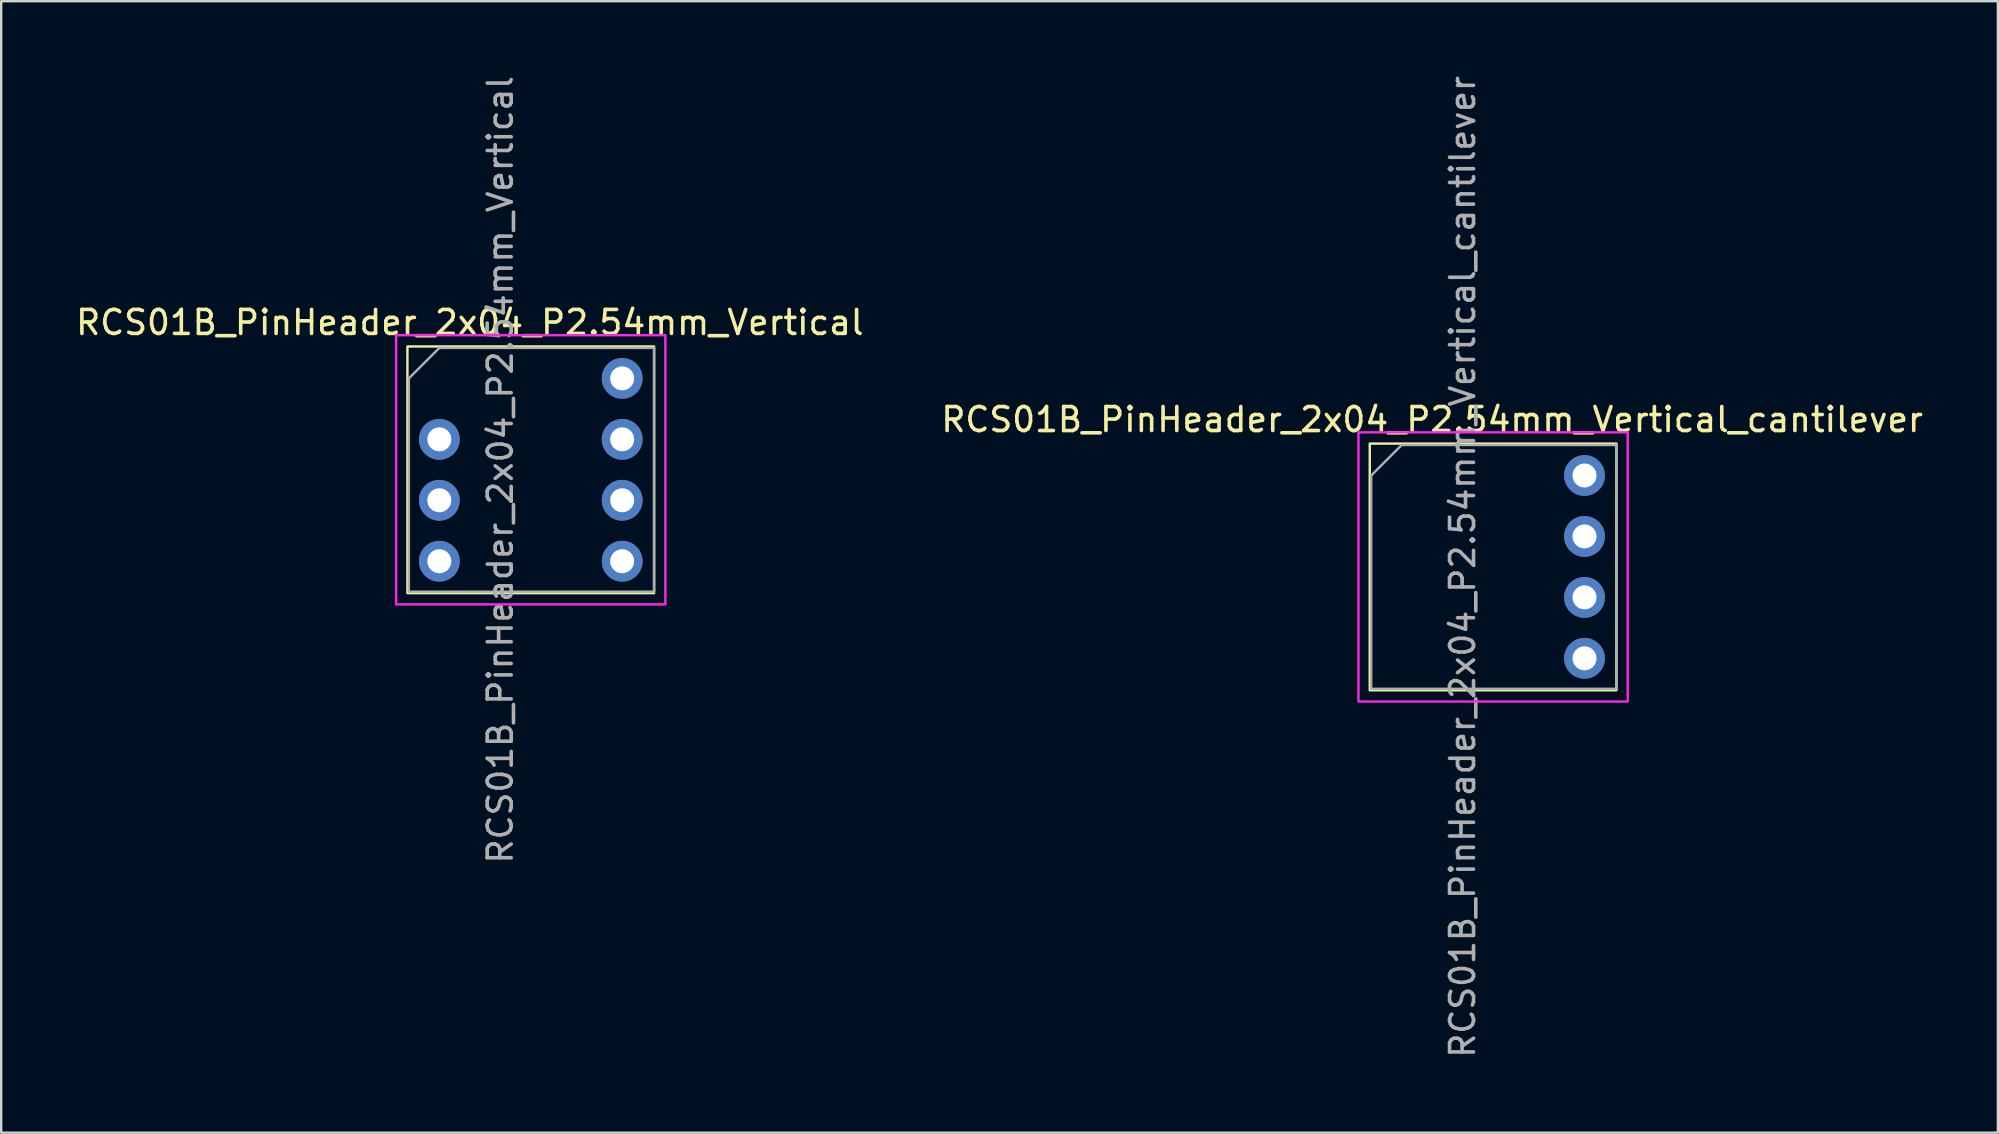
<source format=kicad_pcb>
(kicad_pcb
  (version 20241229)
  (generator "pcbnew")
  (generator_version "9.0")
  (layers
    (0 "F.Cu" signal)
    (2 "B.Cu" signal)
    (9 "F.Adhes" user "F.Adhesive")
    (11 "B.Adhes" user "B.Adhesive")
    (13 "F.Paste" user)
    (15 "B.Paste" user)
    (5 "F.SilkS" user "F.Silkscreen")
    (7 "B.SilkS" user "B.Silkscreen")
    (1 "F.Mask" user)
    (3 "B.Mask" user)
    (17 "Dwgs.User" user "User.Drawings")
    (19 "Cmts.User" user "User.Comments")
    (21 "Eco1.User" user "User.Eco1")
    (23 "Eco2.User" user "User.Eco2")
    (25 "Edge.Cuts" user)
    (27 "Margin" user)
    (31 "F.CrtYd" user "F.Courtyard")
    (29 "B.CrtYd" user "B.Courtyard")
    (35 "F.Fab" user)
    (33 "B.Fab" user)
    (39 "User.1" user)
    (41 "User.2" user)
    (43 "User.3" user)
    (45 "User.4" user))
  (footprint "RCS01B_PinHeader_2x04_P2.54mm_Vertical_cantilever"
    (layer "F.Cu")
    (at 55.367 16.767)
    (property "Reference" "RCS01B_PinHeader_2x04_P2.54mm_Vertical_cantilever" (at 1.27 -2.33 0) (layer "F.SilkS") (effects (font (size 1 1) (thickness 0.15))))
    (attr through_hole)
    (fp_rect (start -1.33 -1.33) (end 8.95 8.95) (stroke (width 0.1) (type default)) (fill no) (layer "F.SilkS"))
    (fp_rect (start -1.8 -1.8) (end 9.42 9.42) (stroke (width 0.1) (type default)) (fill no) (layer "F.CrtYd"))
    (fp_line (start -1.27 0) (end 0 -1.27) (stroke (width 0.1) (type solid)) (layer "F.Fab"))
    (fp_line (start -1.27 8.89) (end -1.27 0) (stroke (width 0.1) (type solid)) (layer "F.Fab"))
    (fp_line (start 0 -1.27) (end 8.95 -1.27) (stroke (width 0.1) (type solid)) (layer "F.Fab"))
    (fp_line (start 8.95 -1.27) (end 8.95 8.89) (stroke (width 0.1) (type solid)) (layer "F.Fab"))
    (fp_line (start 8.95 8.89) (end -1.27 8.89) (stroke (width 0.1) (type solid)) (layer "F.Fab"))
    (fp_text user "${REFERENCE}" (at 2.54 3.81 90) (layer "F.Fab") (effects (font (size 1 1) (thickness 0.15))))
    (pad "4" thru_hole oval (at 7.62 0) (size 1.7 1.7) (drill 1) (layers "*.Cu" "*.Mask"))
    (pad "5" thru_hole oval (at 7.62 2.54) (size 1.7 1.7) (drill 1) (layers "*.Cu" "*.Mask"))
    (pad "6" thru_hole oval (at 7.62 5.08) (size 1.7 1.7) (drill 1) (layers "*.Cu" "*.Mask"))
    (pad "7" thru_hole oval (at 7.62 7.62) (size 1.7 1.7) (drill 1) (layers "*.Cu" "*.Mask")))
  (footprint "RCS01B_PinHeader_2x04_P2.54mm_Vertical"
    (layer "F.Cu")
    (at 15.26 12.72)
    (property "Reference" "RCS01B_PinHeader_2x04_P2.54mm_Vertical" (at 1.27 -2.33 0) (layer "F.SilkS") (effects (font (size 1 1) (thickness 0.15))))
    (attr through_hole)
    (fp_rect (start -1.33 -1.33) (end 8.95 8.95) (stroke (width 0.1) (type default)) (fill no) (layer "F.SilkS"))
    (fp_rect (start -1.8 -1.8) (end 9.42 9.42) (stroke (width 0.1) (type default)) (fill no) (layer "F.CrtYd"))
    (fp_line (start -1.27 0) (end 0 -1.27) (stroke (width 0.1) (type solid)) (layer "F.Fab"))
    (fp_line (start -1.27 8.89) (end -1.27 0) (stroke (width 0.1) (type solid)) (layer "F.Fab"))
    (fp_line (start 0 -1.27) (end 8.95 -1.27) (stroke (width 0.1) (type solid)) (layer "F.Fab"))
    (fp_line (start 8.95 -1.27) (end 8.95 8.89) (stroke (width 0.1) (type solid)) (layer "F.Fab"))
    (fp_line (start 8.95 8.89) (end -1.27 8.89) (stroke (width 0.1) (type solid)) (layer "F.Fab"))
    (fp_text user "${REFERENCE}" (at 2.54 3.81 90) (layer "F.Fab") (effects (font (size 1 1) (thickness 0.15))))
    (pad "1" thru_hole oval (at 0 2.54) (size 1.7 1.7) (drill 1) (layers "*.Cu" "*.Mask"))
    (pad "2" thru_hole oval (at 0 5.08) (size 1.7 1.7) (drill 1) (layers "*.Cu" "*.Mask"))
    (pad "3" thru_hole oval (at 0 7.62) (size 1.7 1.7) (drill 1) (layers "*.Cu" "*.Mask"))
    (pad "4" thru_hole oval (at 7.62 0) (size 1.7 1.7) (drill 1) (layers "*.Cu" "*.Mask"))
    (pad "5" thru_hole oval (at 7.62 2.54) (size 1.7 1.7) (drill 1) (layers "*.Cu" "*.Mask"))
    (pad "6" thru_hole oval (at 7.62 5.08) (size 1.7 1.7) (drill 1) (layers "*.Cu" "*.Mask"))
    (pad "7" thru_hole oval (at 7.62 7.62) (size 1.7 1.7) (drill 1) (layers "*.Cu" "*.Mask")))
  (gr_rect
    (start -3 -3)
    (end 80.214 44.155)
    (stroke (width 0.1) (type default))
    (fill no)
    (layer "Edge.Cuts")))
</source>
